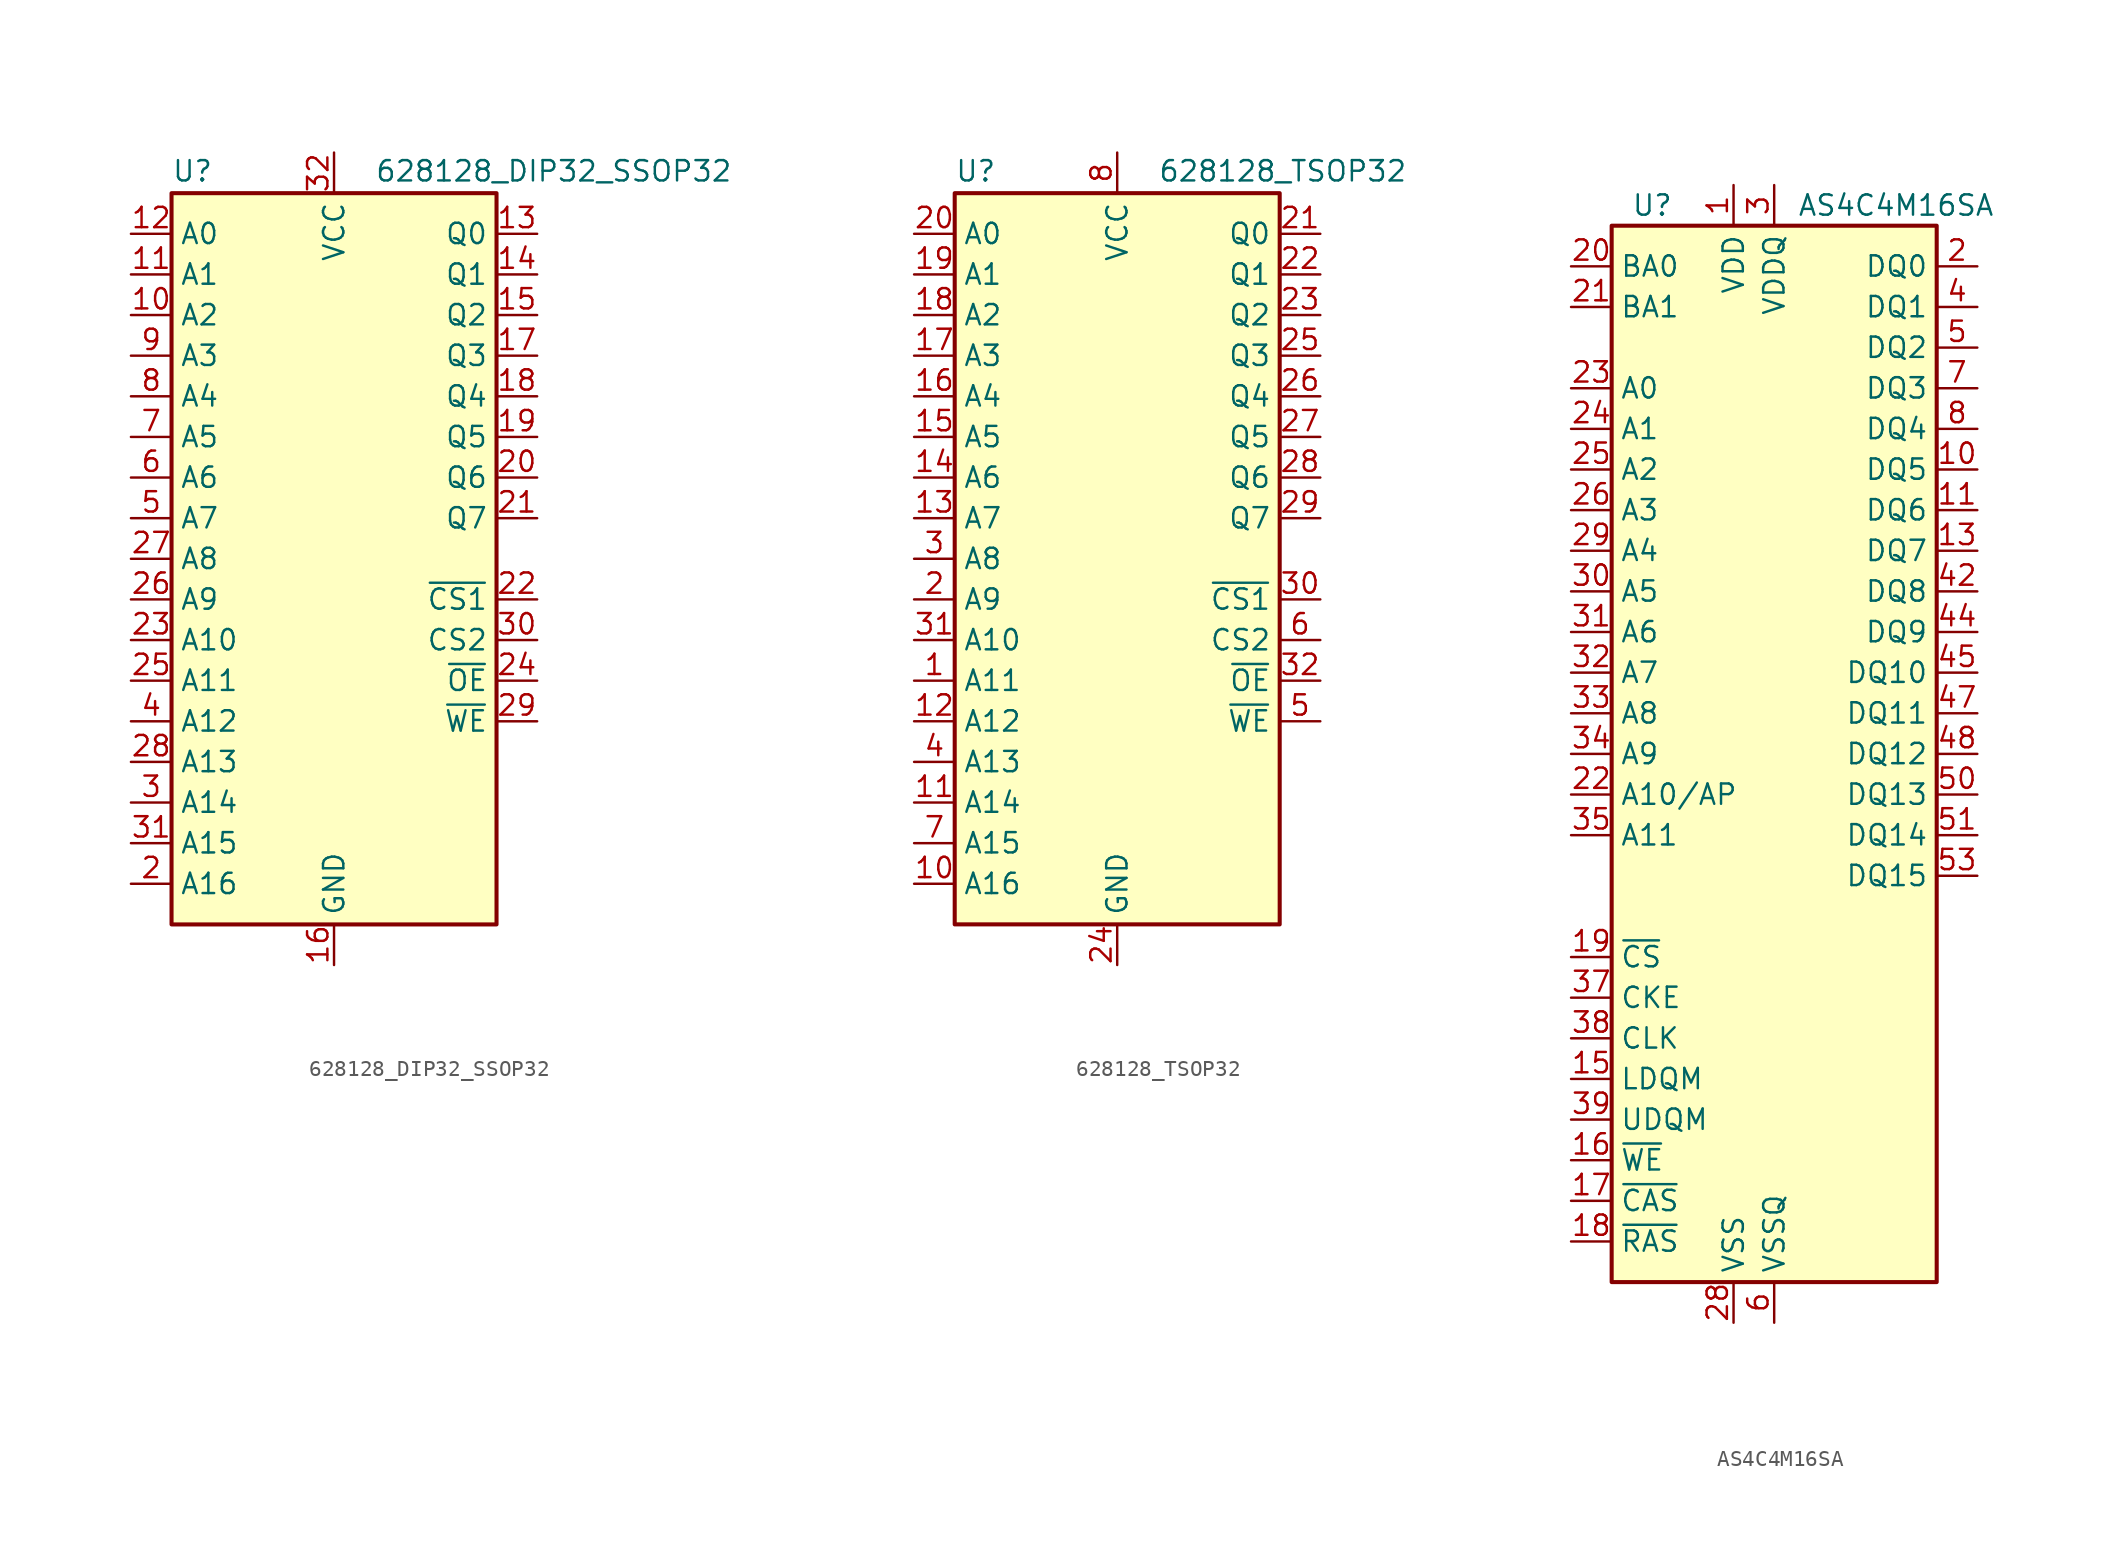
<source format=kicad_sym>
(kicad_symbol_lib
  (version 20200908)
  (generator kicad_symbol_editor)
  (symbol "Memory_RAM:628128_DIP32_SSOP32"
    (property "Reference" "U"
      (at -10.16 23.495 0)
      (effects (font (size 1.27 1.27)) (justify left bottom)))
    (property "Value" "628128_DIP32_SSOP32"
      (at 2.54 23.495 0)
      (effects (font (size 1.27 1.27)) (justify left bottom)))
    (symbol "628128_DIP32_SSOP32_0_1"
      (rectangle (start -10.16 22.86) (end 10.16 -22.86) (stroke (width 0.254)) (fill (type background))))
    (symbol "628128_DIP32_SSOP32_0_0"
      (pin power_in line (at 0 -25.4 90) (length 2.54) (name "GND" (effects (font (size 1.27 1.27)))) (number "16" (effects (font (size 1.27 1.27)))))
      (pin power_in line (at 0 25.4 270) (length 2.54) (name "VCC" (effects (font (size 1.27 1.27)))) (number "32" (effects (font (size 1.27 1.27))))))
    (symbol "628128_DIP32_SSOP32_1_1"
      (pin unconnected line (at 10.16 -20.32 180) (length 2.54) hide (name "NC" (effects (font (size 1.27 1.27)))) (number "1" (effects (font (size 1.27 1.27)))))
      (pin input line (at -12.7 15.24 0) (length 2.54) (name "A2" (effects (font (size 1.27 1.27)))) (number "10" (effects (font (size 1.27 1.27)))))
      (pin input line (at -12.7 17.78 0) (length 2.54) (name "A1" (effects (font (size 1.27 1.27)))) (number "11" (effects (font (size 1.27 1.27)))))
      (pin input line (at -12.7 20.32 0) (length 2.54) (name "A0" (effects (font (size 1.27 1.27)))) (number "12" (effects (font (size 1.27 1.27)))))
      (pin tri_state line (at 12.7 20.32 180) (length 2.54) (name "Q0" (effects (font (size 1.27 1.27)))) (number "13" (effects (font (size 1.27 1.27)))))
      (pin tri_state line (at 12.7 17.78 180) (length 2.54) (name "Q1" (effects (font (size 1.27 1.27)))) (number "14" (effects (font (size 1.27 1.27)))))
      (pin tri_state line (at 12.7 15.24 180) (length 2.54) (name "Q2" (effects (font (size 1.27 1.27)))) (number "15" (effects (font (size 1.27 1.27)))))
      (pin tri_state line (at 12.7 12.7 180) (length 2.54) (name "Q3" (effects (font (size 1.27 1.27)))) (number "17" (effects (font (size 1.27 1.27)))))
      (pin tri_state line (at 12.7 10.16 180) (length 2.54) (name "Q4" (effects (font (size 1.27 1.27)))) (number "18" (effects (font (size 1.27 1.27)))))
      (pin tri_state line (at 12.7 7.62 180) (length 2.54) (name "Q5" (effects (font (size 1.27 1.27)))) (number "19" (effects (font (size 1.27 1.27)))))
      (pin input line (at -12.7 -20.32 0) (length 2.54) (name "A16" (effects (font (size 1.27 1.27)))) (number "2" (effects (font (size 1.27 1.27)))))
      (pin tri_state line (at 12.7 5.08 180) (length 2.54) (name "Q6" (effects (font (size 1.27 1.27)))) (number "20" (effects (font (size 1.27 1.27)))))
      (pin tri_state line (at 12.7 2.54 180) (length 2.54) (name "Q7" (effects (font (size 1.27 1.27)))) (number "21" (effects (font (size 1.27 1.27)))))
      (pin input line (at 12.7 -2.54 180) (length 2.54) (name "~CS1" (effects (font (size 1.27 1.27)))) (number "22" (effects (font (size 1.27 1.27)))))
      (pin input line (at -12.7 -5.08 0) (length 2.54) (name "A10" (effects (font (size 1.27 1.27)))) (number "23" (effects (font (size 1.27 1.27)))))
      (pin input line (at 12.7 -7.62 180) (length 2.54) (name "~OE" (effects (font (size 1.27 1.27)))) (number "24" (effects (font (size 1.27 1.27)))))
      (pin input line (at -12.7 -7.62 0) (length 2.54) (name "A11" (effects (font (size 1.27 1.27)))) (number "25" (effects (font (size 1.27 1.27)))))
      (pin input line (at -12.7 -2.54 0) (length 2.54) (name "A9" (effects (font (size 1.27 1.27)))) (number "26" (effects (font (size 1.27 1.27)))))
      (pin input line (at -12.7 0 0) (length 2.54) (name "A8" (effects (font (size 1.27 1.27)))) (number "27" (effects (font (size 1.27 1.27)))))
      (pin input line (at -12.7 -12.7 0) (length 2.54) (name "A13" (effects (font (size 1.27 1.27)))) (number "28" (effects (font (size 1.27 1.27)))))
      (pin input line (at 12.7 -10.16 180) (length 2.54) (name "~WE" (effects (font (size 1.27 1.27)))) (number "29" (effects (font (size 1.27 1.27)))))
      (pin input line (at -12.7 -15.24 0) (length 2.54) (name "A14" (effects (font (size 1.27 1.27)))) (number "3" (effects (font (size 1.27 1.27)))))
      (pin input line (at 12.7 -5.08 180) (length 2.54) (name "CS2" (effects (font (size 1.27 1.27)))) (number "30" (effects (font (size 1.27 1.27)))))
      (pin input line (at -12.7 -17.78 0) (length 2.54) (name "A15" (effects (font (size 1.27 1.27)))) (number "31" (effects (font (size 1.27 1.27)))))
      (pin input line (at -12.7 -10.16 0) (length 2.54) (name "A12" (effects (font (size 1.27 1.27)))) (number "4" (effects (font (size 1.27 1.27)))))
      (pin input line (at -12.7 2.54 0) (length 2.54) (name "A7" (effects (font (size 1.27 1.27)))) (number "5" (effects (font (size 1.27 1.27)))))
      (pin input line (at -12.7 5.08 0) (length 2.54) (name "A6" (effects (font (size 1.27 1.27)))) (number "6" (effects (font (size 1.27 1.27)))))
      (pin input line (at -12.7 7.62 0) (length 2.54) (name "A5" (effects (font (size 1.27 1.27)))) (number "7" (effects (font (size 1.27 1.27)))))
      (pin input line (at -12.7 10.16 0) (length 2.54) (name "A4" (effects (font (size 1.27 1.27)))) (number "8" (effects (font (size 1.27 1.27)))))
      (pin input line (at -12.7 12.7 0) (length 2.54) (name "A3" (effects (font (size 1.27 1.27)))) (number "9" (effects (font (size 1.27 1.27)))))))
  (symbol "Memory_RAM:628128_TSOP32"
    (property "Reference" "U"
      (at -10.16 23.495 0)
      (effects (font (size 1.27 1.27)) (justify left bottom)))
    (property "Value" "628128_TSOP32"
      (at 2.54 23.495 0)
      (effects (font (size 1.27 1.27)) (justify left bottom)))
    (symbol "628128_TSOP32_0_1"
      (rectangle (start -10.16 22.86) (end 10.16 -22.86) (stroke (width 0.254)) (fill (type background))))
    (symbol "628128_TSOP32_0_0"
      (pin power_in line (at 0 -25.4 90) (length 2.54) (name "GND" (effects (font (size 1.27 1.27)))) (number "24" (effects (font (size 1.27 1.27)))))
      (pin power_in line (at 0 25.4 270) (length 2.54) (name "VCC" (effects (font (size 1.27 1.27)))) (number "8" (effects (font (size 1.27 1.27))))))
    (symbol "628128_TSOP32_1_1"
      (pin input line (at -12.7 -7.62 0) (length 2.54) (name "A11" (effects (font (size 1.27 1.27)))) (number "1" (effects (font (size 1.27 1.27)))))
      (pin input line (at -12.7 -20.32 0) (length 2.54) (name "A16" (effects (font (size 1.27 1.27)))) (number "10" (effects (font (size 1.27 1.27)))))
      (pin input line (at -12.7 -15.24 0) (length 2.54) (name "A14" (effects (font (size 1.27 1.27)))) (number "11" (effects (font (size 1.27 1.27)))))
      (pin input line (at -12.7 -10.16 0) (length 2.54) (name "A12" (effects (font (size 1.27 1.27)))) (number "12" (effects (font (size 1.27 1.27)))))
      (pin input line (at -12.7 2.54 0) (length 2.54) (name "A7" (effects (font (size 1.27 1.27)))) (number "13" (effects (font (size 1.27 1.27)))))
      (pin input line (at -12.7 5.08 0) (length 2.54) (name "A6" (effects (font (size 1.27 1.27)))) (number "14" (effects (font (size 1.27 1.27)))))
      (pin input line (at -12.7 7.62 0) (length 2.54) (name "A5" (effects (font (size 1.27 1.27)))) (number "15" (effects (font (size 1.27 1.27)))))
      (pin input line (at -12.7 10.16 0) (length 2.54) (name "A4" (effects (font (size 1.27 1.27)))) (number "16" (effects (font (size 1.27 1.27)))))
      (pin input line (at -12.7 12.7 0) (length 2.54) (name "A3" (effects (font (size 1.27 1.27)))) (number "17" (effects (font (size 1.27 1.27)))))
      (pin input line (at -12.7 15.24 0) (length 2.54) (name "A2" (effects (font (size 1.27 1.27)))) (number "18" (effects (font (size 1.27 1.27)))))
      (pin input line (at -12.7 17.78 0) (length 2.54) (name "A1" (effects (font (size 1.27 1.27)))) (number "19" (effects (font (size 1.27 1.27)))))
      (pin input line (at -12.7 -2.54 0) (length 2.54) (name "A9" (effects (font (size 1.27 1.27)))) (number "2" (effects (font (size 1.27 1.27)))))
      (pin input line (at -12.7 20.32 0) (length 2.54) (name "A0" (effects (font (size 1.27 1.27)))) (number "20" (effects (font (size 1.27 1.27)))))
      (pin tri_state line (at 12.7 20.32 180) (length 2.54) (name "Q0" (effects (font (size 1.27 1.27)))) (number "21" (effects (font (size 1.27 1.27)))))
      (pin tri_state line (at 12.7 17.78 180) (length 2.54) (name "Q1" (effects (font (size 1.27 1.27)))) (number "22" (effects (font (size 1.27 1.27)))))
      (pin tri_state line (at 12.7 15.24 180) (length 2.54) (name "Q2" (effects (font (size 1.27 1.27)))) (number "23" (effects (font (size 1.27 1.27)))))
      (pin tri_state line (at 12.7 12.7 180) (length 2.54) (name "Q3" (effects (font (size 1.27 1.27)))) (number "25" (effects (font (size 1.27 1.27)))))
      (pin tri_state line (at 12.7 10.16 180) (length 2.54) (name "Q4" (effects (font (size 1.27 1.27)))) (number "26" (effects (font (size 1.27 1.27)))))
      (pin tri_state line (at 12.7 7.62 180) (length 2.54) (name "Q5" (effects (font (size 1.27 1.27)))) (number "27" (effects (font (size 1.27 1.27)))))
      (pin tri_state line (at 12.7 5.08 180) (length 2.54) (name "Q6" (effects (font (size 1.27 1.27)))) (number "28" (effects (font (size 1.27 1.27)))))
      (pin tri_state line (at 12.7 2.54 180) (length 2.54) (name "Q7" (effects (font (size 1.27 1.27)))) (number "29" (effects (font (size 1.27 1.27)))))
      (pin input line (at -12.7 0 0) (length 2.54) (name "A8" (effects (font (size 1.27 1.27)))) (number "3" (effects (font (size 1.27 1.27)))))
      (pin input line (at 12.7 -2.54 180) (length 2.54) (name "~CS1" (effects (font (size 1.27 1.27)))) (number "30" (effects (font (size 1.27 1.27)))))
      (pin input line (at -12.7 -5.08 0) (length 2.54) (name "A10" (effects (font (size 1.27 1.27)))) (number "31" (effects (font (size 1.27 1.27)))))
      (pin input line (at 12.7 -7.62 180) (length 2.54) (name "~OE" (effects (font (size 1.27 1.27)))) (number "32" (effects (font (size 1.27 1.27)))))
      (pin input line (at -12.7 -12.7 0) (length 2.54) (name "A13" (effects (font (size 1.27 1.27)))) (number "4" (effects (font (size 1.27 1.27)))))
      (pin input line (at 12.7 -10.16 180) (length 2.54) (name "~WE" (effects (font (size 1.27 1.27)))) (number "5" (effects (font (size 1.27 1.27)))))
      (pin input line (at 12.7 -5.08 180) (length 2.54) (name "CS2" (effects (font (size 1.27 1.27)))) (number "6" (effects (font (size 1.27 1.27)))))
      (pin input line (at -12.7 -17.78 0) (length 2.54) (name "A15" (effects (font (size 1.27 1.27)))) (number "7" (effects (font (size 1.27 1.27)))))
      (pin unconnected line (at 10.16 -20.32 180) (length 2.54) hide (name "NC" (effects (font (size 1.27 1.27)))) (number "9" (effects (font (size 1.27 1.27)))))))
  (symbol "Memory_RAM:AS4C4M16SA"
    (property "Reference" "U"
      (at -7.62 34.29 0)
      (effects (font (size 1.27 1.27))))
    (property "Value" "AS4C4M16SA"
      (at 7.62 34.29 0)
      (effects (font (size 1.27 1.27))))
    (symbol "AS4C4M16SA_0_1"
      (rectangle (start -10.16 33.02) (end 10.16 -33.02) (stroke (width 0.254)) (fill (type background))))
    (symbol "AS4C4M16SA_1_1"
      (pin power_in line (at -2.54 35.56 270) (length 2.54) (name "VDD" (effects (font (size 1.27 1.27)))) (number "1" (effects (font (size 1.27 1.27)))))
      (pin bidirectional line (at 12.7 17.78 180) (length 2.54) (name "DQ5" (effects (font (size 1.27 1.27)))) (number "10" (effects (font (size 1.27 1.27)))))
      (pin bidirectional line (at 12.7 15.24 180) (length 2.54) (name "DQ6" (effects (font (size 1.27 1.27)))) (number "11" (effects (font (size 1.27 1.27)))))
      (pin passive line (at 0 -35.56 90) (length 2.54) hide (name "VSSQ" (effects (font (size 1.27 1.27)))) (number "12" (effects (font (size 1.27 1.27)))))
      (pin bidirectional line (at 12.7 12.7 180) (length 2.54) (name "DQ7" (effects (font (size 1.27 1.27)))) (number "13" (effects (font (size 1.27 1.27)))))
      (pin passive line (at -2.54 35.56 270) (length 2.54) hide (name "VDD" (effects (font (size 1.27 1.27)))) (number "14" (effects (font (size 1.27 1.27)))))
      (pin input line (at -12.7 -20.32 0) (length 2.54) (name "LDQM" (effects (font (size 1.27 1.27)))) (number "15" (effects (font (size 1.27 1.27)))))
      (pin input line (at -12.7 -25.4 0) (length 2.54) (name "~WE~" (effects (font (size 1.27 1.27)))) (number "16" (effects (font (size 1.27 1.27)))))
      (pin input line (at -12.7 -27.94 0) (length 2.54) (name "~CAS~" (effects (font (size 1.27 1.27)))) (number "17" (effects (font (size 1.27 1.27)))))
      (pin input line (at -12.7 -30.48 0) (length 2.54) (name "~RAS~" (effects (font (size 1.27 1.27)))) (number "18" (effects (font (size 1.27 1.27)))))
      (pin input line (at -12.7 -12.7 0) (length 2.54) (name "~CS~" (effects (font (size 1.27 1.27)))) (number "19" (effects (font (size 1.27 1.27)))))
      (pin bidirectional line (at 12.7 30.48 180) (length 2.54) (name "DQ0" (effects (font (size 1.27 1.27)))) (number "2" (effects (font (size 1.27 1.27)))))
      (pin input line (at -12.7 30.48 0) (length 2.54) (name "BA0" (effects (font (size 1.27 1.27)))) (number "20" (effects (font (size 1.27 1.27)))))
      (pin input line (at -12.7 27.94 0) (length 2.54) (name "BA1" (effects (font (size 1.27 1.27)))) (number "21" (effects (font (size 1.27 1.27)))))
      (pin input line (at -12.7 -2.54 0) (length 2.54) (name "A10/AP" (effects (font (size 1.27 1.27)))) (number "22" (effects (font (size 1.27 1.27)))))
      (pin input line (at -12.7 22.86 0) (length 2.54) (name "A0" (effects (font (size 1.27 1.27)))) (number "23" (effects (font (size 1.27 1.27)))))
      (pin input line (at -12.7 20.32 0) (length 2.54) (name "A1" (effects (font (size 1.27 1.27)))) (number "24" (effects (font (size 1.27 1.27)))))
      (pin input line (at -12.7 17.78 0) (length 2.54) (name "A2" (effects (font (size 1.27 1.27)))) (number "25" (effects (font (size 1.27 1.27)))))
      (pin input line (at -12.7 15.24 0) (length 2.54) (name "A3" (effects (font (size 1.27 1.27)))) (number "26" (effects (font (size 1.27 1.27)))))
      (pin passive line (at -2.54 35.56 270) (length 2.54) hide (name "VDD" (effects (font (size 1.27 1.27)))) (number "27" (effects (font (size 1.27 1.27)))))
      (pin power_in line (at -2.54 -35.56 90) (length 2.54) (name "VSS" (effects (font (size 1.27 1.27)))) (number "28" (effects (font (size 1.27 1.27)))))
      (pin input line (at -12.7 12.7 0) (length 2.54) (name "A4" (effects (font (size 1.27 1.27)))) (number "29" (effects (font (size 1.27 1.27)))))
      (pin power_in line (at 0 35.56 270) (length 2.54) (name "VDDQ" (effects (font (size 1.27 1.27)))) (number "3" (effects (font (size 1.27 1.27)))))
      (pin input line (at -12.7 10.16 0) (length 2.54) (name "A5" (effects (font (size 1.27 1.27)))) (number "30" (effects (font (size 1.27 1.27)))))
      (pin input line (at -12.7 7.62 0) (length 2.54) (name "A6" (effects (font (size 1.27 1.27)))) (number "31" (effects (font (size 1.27 1.27)))))
      (pin input line (at -12.7 5.08 0) (length 2.54) (name "A7" (effects (font (size 1.27 1.27)))) (number "32" (effects (font (size 1.27 1.27)))))
      (pin input line (at -12.7 2.54 0) (length 2.54) (name "A8" (effects (font (size 1.27 1.27)))) (number "33" (effects (font (size 1.27 1.27)))))
      (pin input line (at -12.7 0 0) (length 2.54) (name "A9" (effects (font (size 1.27 1.27)))) (number "34" (effects (font (size 1.27 1.27)))))
      (pin input line (at -12.7 -5.08 0) (length 2.54) (name "A11" (effects (font (size 1.27 1.27)))) (number "35" (effects (font (size 1.27 1.27)))))
      (pin unconnected line (at 10.16 -17.78 180) (length 2.54) hide (name "NC" (effects (font (size 1.27 1.27)))) (number "36" (effects (font (size 1.27 1.27)))))
      (pin input line (at -12.7 -15.24 0) (length 2.54) (name "CKE" (effects (font (size 1.27 1.27)))) (number "37" (effects (font (size 1.27 1.27)))))
      (pin input line (at -12.7 -17.78 0) (length 2.54) (name "CLK" (effects (font (size 1.27 1.27)))) (number "38" (effects (font (size 1.27 1.27)))))
      (pin input line (at -12.7 -22.86 0) (length 2.54) (name "UDQM" (effects (font (size 1.27 1.27)))) (number "39" (effects (font (size 1.27 1.27)))))
      (pin bidirectional line (at 12.7 27.94 180) (length 2.54) (name "DQ1" (effects (font (size 1.27 1.27)))) (number "4" (effects (font (size 1.27 1.27)))))
      (pin unconnected line (at 10.16 -20.32 180) (length 2.54) hide (name "NC/RFU" (effects (font (size 1.27 1.27)))) (number "40" (effects (font (size 1.27 1.27)))))
      (pin passive line (at -2.54 -35.56 90) (length 2.54) hide (name "VSS" (effects (font (size 1.27 1.27)))) (number "41" (effects (font (size 1.27 1.27)))))
      (pin bidirectional line (at 12.7 10.16 180) (length 2.54) (name "DQ8" (effects (font (size 1.27 1.27)))) (number "42" (effects (font (size 1.27 1.27)))))
      (pin passive line (at 0 35.56 270) (length 2.54) hide (name "VDDQ" (effects (font (size 1.27 1.27)))) (number "43" (effects (font (size 1.27 1.27)))))
      (pin bidirectional line (at 12.7 7.62 180) (length 2.54) (name "DQ9" (effects (font (size 1.27 1.27)))) (number "44" (effects (font (size 1.27 1.27)))))
      (pin bidirectional line (at 12.7 5.08 180) (length 2.54) (name "DQ10" (effects (font (size 1.27 1.27)))) (number "45" (effects (font (size 1.27 1.27)))))
      (pin passive line (at 0 -35.56 90) (length 2.54) hide (name "VSSQ" (effects (font (size 1.27 1.27)))) (number "46" (effects (font (size 1.27 1.27)))))
      (pin bidirectional line (at 12.7 2.54 180) (length 2.54) (name "DQ11" (effects (font (size 1.27 1.27)))) (number "47" (effects (font (size 1.27 1.27)))))
      (pin bidirectional line (at 12.7 0 180) (length 2.54) (name "DQ12" (effects (font (size 1.27 1.27)))) (number "48" (effects (font (size 1.27 1.27)))))
      (pin passive line (at 0 35.56 270) (length 2.54) hide (name "VDDQ" (effects (font (size 1.27 1.27)))) (number "49" (effects (font (size 1.27 1.27)))))
      (pin bidirectional line (at 12.7 25.4 180) (length 2.54) (name "DQ2" (effects (font (size 1.27 1.27)))) (number "5" (effects (font (size 1.27 1.27)))))
      (pin bidirectional line (at 12.7 -2.54 180) (length 2.54) (name "DQ13" (effects (font (size 1.27 1.27)))) (number "50" (effects (font (size 1.27 1.27)))))
      (pin bidirectional line (at 12.7 -5.08 180) (length 2.54) (name "DQ14" (effects (font (size 1.27 1.27)))) (number "51" (effects (font (size 1.27 1.27)))))
      (pin passive line (at 0 -35.56 90) (length 2.54) hide (name "VSSQ" (effects (font (size 1.27 1.27)))) (number "52" (effects (font (size 1.27 1.27)))))
      (pin bidirectional line (at 12.7 -7.62 180) (length 2.54) (name "DQ15" (effects (font (size 1.27 1.27)))) (number "53" (effects (font (size 1.27 1.27)))))
      (pin passive line (at -2.54 -35.56 90) (length 2.54) hide (name "VSS" (effects (font (size 1.27 1.27)))) (number "54" (effects (font (size 1.27 1.27)))))
      (pin power_in line (at 0 -35.56 90) (length 2.54) (name "VSSQ" (effects (font (size 1.27 1.27)))) (number "6" (effects (font (size 1.27 1.27)))))
      (pin bidirectional line (at 12.7 22.86 180) (length 2.54) (name "DQ3" (effects (font (size 1.27 1.27)))) (number "7" (effects (font (size 1.27 1.27)))))
      (pin bidirectional line (at 12.7 20.32 180) (length 2.54) (name "DQ4" (effects (font (size 1.27 1.27)))) (number "8" (effects (font (size 1.27 1.27)))))
      (pin passive line (at 0 35.56 270) (length 2.54) hide (name "VDDQ" (effects (font (size 1.27 1.27)))) (number "9" (effects (font (size 1.27 1.27))))))))
</source>
